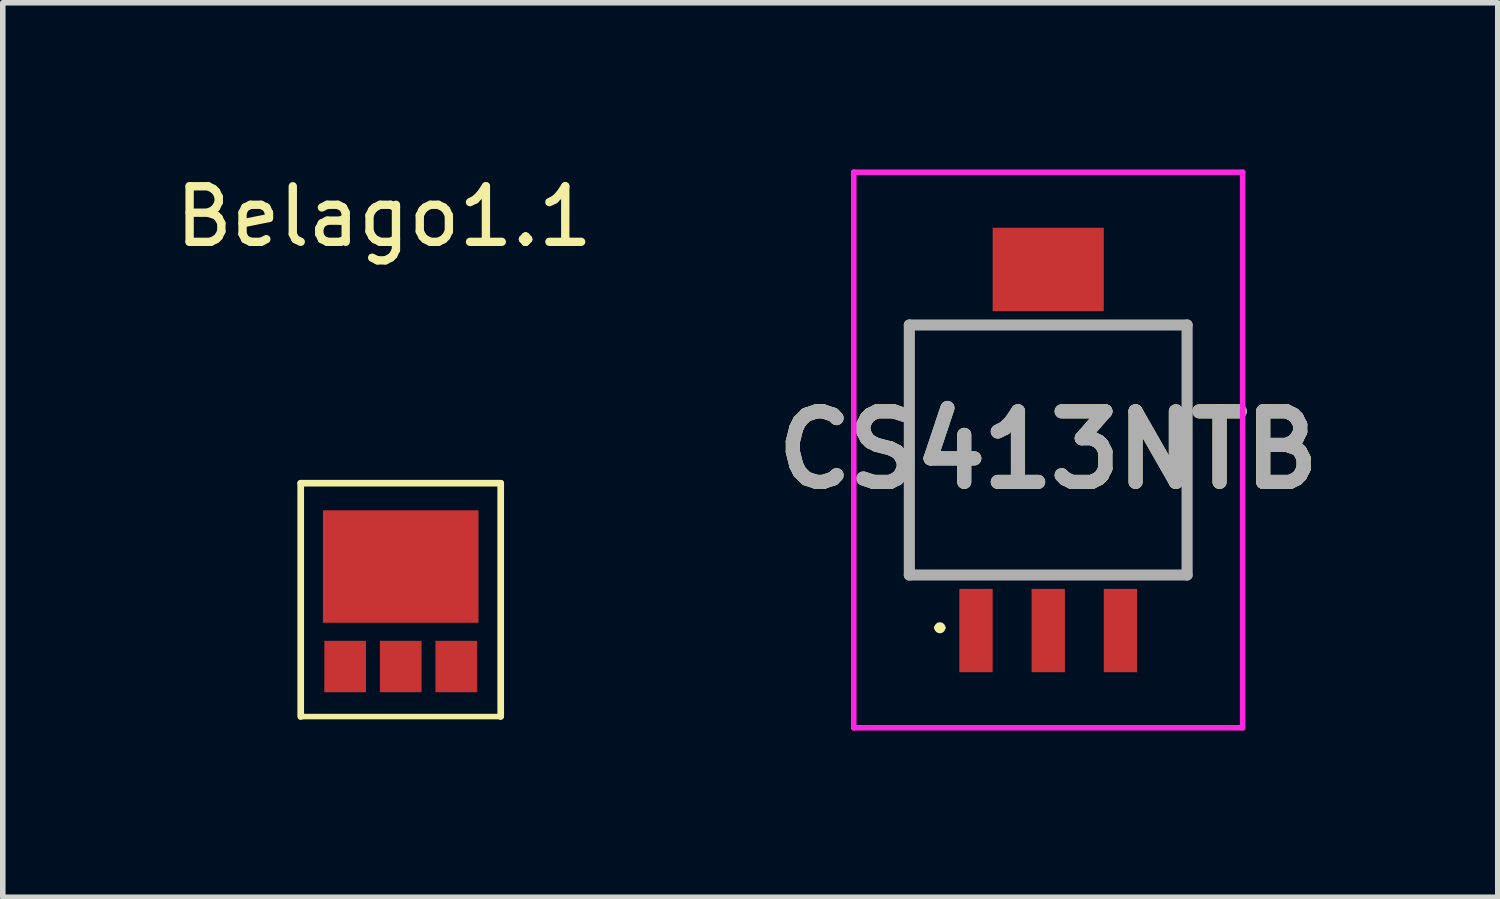
<source format=kicad_pcb>
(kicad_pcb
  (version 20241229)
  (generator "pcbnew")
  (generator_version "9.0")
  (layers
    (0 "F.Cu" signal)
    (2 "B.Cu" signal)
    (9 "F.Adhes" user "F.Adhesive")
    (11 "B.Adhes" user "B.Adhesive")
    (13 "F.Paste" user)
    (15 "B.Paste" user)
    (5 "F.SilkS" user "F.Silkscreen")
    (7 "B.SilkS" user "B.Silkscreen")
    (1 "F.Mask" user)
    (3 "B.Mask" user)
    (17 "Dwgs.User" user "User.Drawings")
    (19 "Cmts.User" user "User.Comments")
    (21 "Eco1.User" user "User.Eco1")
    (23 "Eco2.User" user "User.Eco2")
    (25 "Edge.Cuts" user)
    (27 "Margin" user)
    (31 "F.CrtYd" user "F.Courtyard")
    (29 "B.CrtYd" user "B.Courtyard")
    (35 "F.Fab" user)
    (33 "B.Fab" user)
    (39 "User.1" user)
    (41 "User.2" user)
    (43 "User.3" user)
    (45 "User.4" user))
  (footprint "CS413NTB"
    (layer "F.Cu")
    (at 15.818 5.05)
    (property "Reference" "CS413NTB" (at 0 0 0) (layer "F.SilkS") (effects (font (size 1.27 1.27) (thickness 0.254))))
    (attr smd)
    (fp_line (start -2.5 -2.25) (end 2.5 -2.25) (stroke (width 0.1) (type solid)) (layer "F.SilkS"))
    (fp_line (start -2.5 2.25) (end -2.5 -2.25) (stroke (width 0.1) (type solid)) (layer "F.SilkS"))
    (fp_line (start -2 3.2) (end -2 3.2) (stroke (width 0.1) (type solid)) (layer "F.SilkS"))
    (fp_line (start -1.9 3.2) (end -1.9 3.2) (stroke (width 0.1) (type solid)) (layer "F.SilkS"))
    (fp_line (start 2.5 -2.25) (end 2.5 2.25) (stroke (width 0.1) (type solid)) (layer "F.SilkS"))
    (fp_line (start 2.5 2.25) (end -2.5 2.25) (stroke (width 0.1) (type solid)) (layer "F.SilkS"))
    (fp_arc (start -2 3.2) (mid -1.95 3.15) (end -1.9 3.2) (stroke (width 0.1) (type solid)) (layer "F.SilkS"))
    (fp_arc (start -1.9 3.2) (mid -1.95 3.25) (end -2 3.2) (stroke (width 0.1) (type solid)) (layer "F.SilkS"))
    (fp_line (start -3.5 -5) (end 3.5 -5) (stroke (width 0.1) (type solid)) (layer "F.CrtYd"))
    (fp_line (start -3.5 5) (end -3.5 -5) (stroke (width 0.1) (type solid)) (layer "F.CrtYd"))
    (fp_line (start 3.5 -5) (end 3.5 5) (stroke (width 0.1) (type solid)) (layer "F.CrtYd"))
    (fp_line (start 3.5 5) (end -3.5 5) (stroke (width 0.1) (type solid)) (layer "F.CrtYd"))
    (fp_line (start -2.5 -2.25) (end 2.5 -2.25) (stroke (width 0.2) (type solid)) (layer "F.Fab"))
    (fp_line (start -2.5 2.25) (end -2.5 -2.25) (stroke (width 0.2) (type solid)) (layer "F.Fab"))
    (fp_line (start 2.5 -2.25) (end 2.5 2.25) (stroke (width 0.2) (type solid)) (layer "F.Fab"))
    (fp_line (start 2.5 2.25) (end -2.5 2.25) (stroke (width 0.2) (type solid)) (layer "F.Fab"))
    (fp_text user "${REFERENCE}" (at 0 0 0) (layer "F.Fab") (effects (font (size 1.27 1.27) (thickness 0.254))))
    (pad "1" smd rect (at -1.3 3.25) (size 0.6 1.5) (layers "F.Cu" "F.Mask" "F.Paste"))
    (pad "2" smd rect (at 0 3.25) (size 0.6 1.5) (layers "F.Cu" "F.Mask" "F.Paste"))
    (pad "3" smd rect (at 1.3 3.25) (size 0.6 1.5) (layers "F.Cu" "F.Mask" "F.Paste"))
    (pad "4" smd rect (at 0 -3.25 90) (size 1.5 2) (layers "F.Cu" "F.Mask" "F.Paste")))
  (footprint "Belago1.1"
    (layer "F.Cu")
    (at 4.163 7.748)
    (property "Reference" "Belago1.1" (at -0.3 -6.9 0) (unlocked yes) (layer "F.SilkS") (effects (font (size 1 1) (thickness 0.15))))
    (fp_line (start -1.8 -2.1) (end 1.8 -2.1) (stroke (width 0.12) (type solid)) (layer "F.SilkS"))
    (fp_line (start -1.8 2.1) (end -1.8 -2.1) (stroke (width 0.12) (type solid)) (layer "F.SilkS"))
    (fp_line (start -1.8 2.1) (end 1.8 2.1) (stroke (width 0.1) (type solid)) (layer "F.SilkS"))
    (fp_line (start 1.8 2.1) (end 1.8 -2.1) (stroke (width 0.12) (type solid)) (layer "F.SilkS"))
    (pad "1" smd rect (at -1 1.2) (size 0.75 0.925) (layers "F.Cu" "F.Mask" "F.Paste"))
    (pad "2" smd rect (at 0 1.2) (size 0.75 0.925) (layers "F.Cu" "F.Mask" "F.Paste"))
    (pad "3" smd rect (at 1 1.2) (size 0.75 0.925) (layers "F.Cu" "F.Mask" "F.Paste"))
    (pad "4" smd rect (at 0 -0.6) (size 2.8 2.025) (layers "F.Cu" "F.Mask" "F.Paste")))
  (gr_rect
    (start -3 -3)
    (end 23.91 13.1)
    (stroke (width 0.1) (type default))
    (fill no)
    (layer "Edge.Cuts")))
</source>
